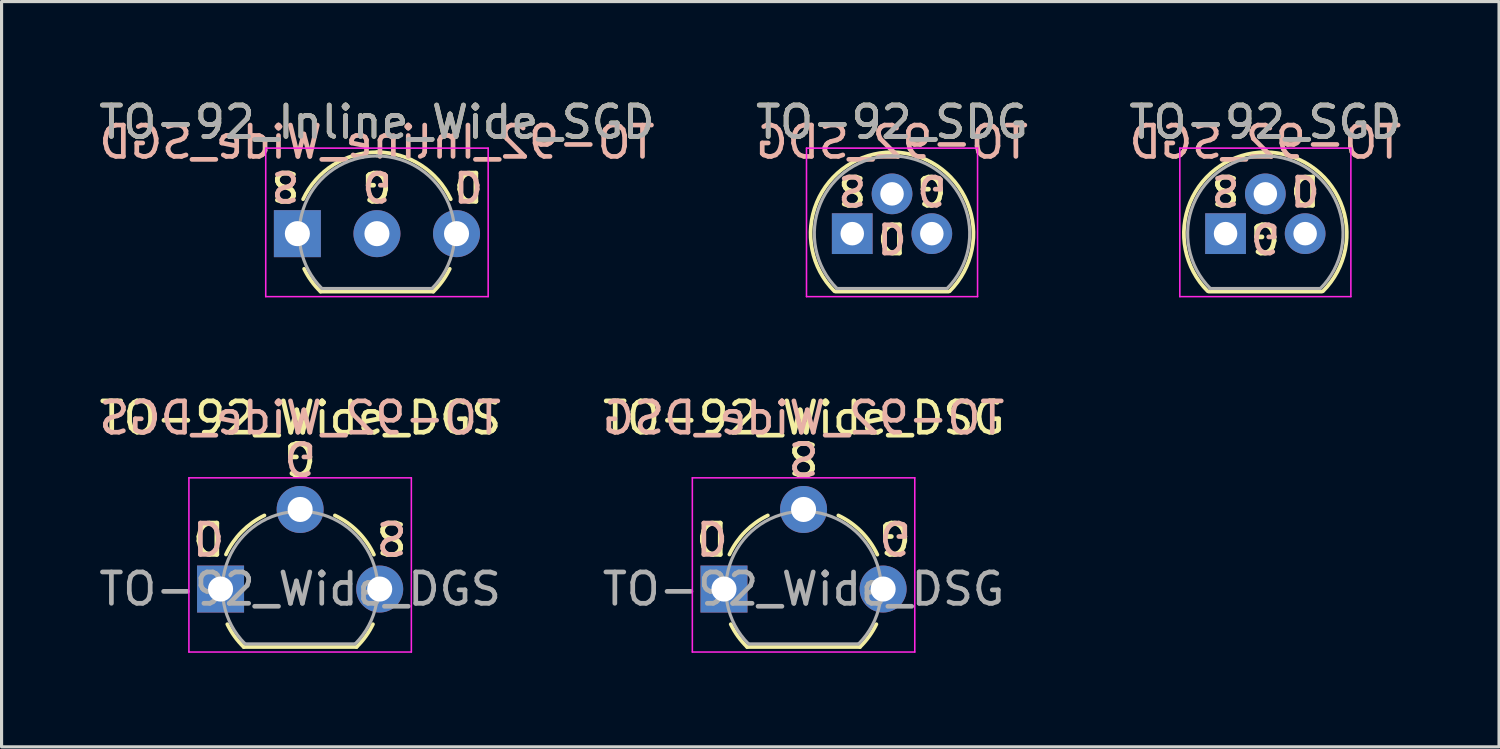
<source format=kicad_pcb>
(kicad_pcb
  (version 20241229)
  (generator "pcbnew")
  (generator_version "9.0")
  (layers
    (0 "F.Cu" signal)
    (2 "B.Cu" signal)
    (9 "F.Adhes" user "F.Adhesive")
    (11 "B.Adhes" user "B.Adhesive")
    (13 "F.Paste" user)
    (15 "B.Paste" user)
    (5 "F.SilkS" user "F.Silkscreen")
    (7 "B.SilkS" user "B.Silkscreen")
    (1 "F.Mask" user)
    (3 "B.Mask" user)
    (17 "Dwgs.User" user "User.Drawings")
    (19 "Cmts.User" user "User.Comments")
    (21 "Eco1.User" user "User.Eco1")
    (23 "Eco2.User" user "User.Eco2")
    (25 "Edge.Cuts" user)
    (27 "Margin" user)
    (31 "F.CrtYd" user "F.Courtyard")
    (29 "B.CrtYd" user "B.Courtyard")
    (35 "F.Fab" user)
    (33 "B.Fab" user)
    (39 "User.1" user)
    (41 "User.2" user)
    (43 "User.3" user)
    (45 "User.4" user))
  (footprint "TO-92_Inline_Wide_SGD"
    (layer "F.Cu")
    (at 6.442 4.408)
    (property "Reference" "TO-92_Inline_Wide_SGD" (at 2.54 -3.56 0) (layer "F.SilkS") (effects (font (size 1 1) (thickness 0.15))))
    (fp_line (start 0.74 1.85) (end 4.34 1.85) (stroke (width 0.12) (type solid)) (layer "F.SilkS"))
    (fp_arc (start 0.1836 -1.098807) (mid 1.143021 -2.192817) (end 2.54 -2.6) (stroke (width 0.12) (type solid)) (layer "F.SilkS"))
    (fp_arc (start 0.74 1.85) (mid 0.446097 1.509328) (end 0.215816 1.122795) (stroke (width 0.12) (type solid)) (layer "F.SilkS"))
    (fp_arc (start 2.54 -2.6) (mid 3.936979 -2.192818) (end 4.8964 -1.098807) (stroke (width 0.12) (type solid)) (layer "F.SilkS"))
    (fp_arc (start 4.864184 1.122795) (mid 4.633903 1.509328) (end 4.34 1.85) (stroke (width 0.12) (type solid)) (layer "F.SilkS"))
    (fp_line (start -1.01 -2.73) (end -1.01 2.01) (stroke (width 0.05) (type solid)) (layer "F.CrtYd"))
    (fp_line (start -1.01 -2.73) (end 6.09 -2.73) (stroke (width 0.05) (type solid)) (layer "F.CrtYd"))
    (fp_line (start 6.09 2.01) (end -1.01 2.01) (stroke (width 0.05) (type solid)) (layer "F.CrtYd"))
    (fp_line (start 6.09 2.01) (end 6.09 -2.73) (stroke (width 0.05) (type solid)) (layer "F.CrtYd"))
    (fp_line (start 0.8 1.75) (end 4.3 1.75) (stroke (width 0.1) (type solid)) (layer "F.Fab"))
    (fp_arc (start 0.786375 1.753625) (mid 0.248779 -0.949055) (end 2.54 -2.48) (stroke (width 0.1) (type solid)) (layer "F.Fab"))
    (fp_arc (start 2.54 -2.48) (mid 4.831221 -0.949055) (end 4.293625 1.753625) (stroke (width 0.1) (type solid)) (layer "F.Fab"))
    (fp_text user "G" (at 2.54 -1.524 180) (unlocked yes) (layer "F.SilkS") (effects (font (size 0.9 0.9) (thickness 0.15))))
    (fp_text user "D" (at 5.461 -1.524 180) (unlocked yes) (layer "F.SilkS") (effects (font (size 0.9 0.9) (thickness 0.15))))
    (fp_text user "S" (at -0.381 -1.524 180) (unlocked yes) (layer "F.SilkS") (effects (font (size 0.9 0.9) (thickness 0.15))))
    (fp_text user "D" (at 5.461 -1.524 180) (unlocked yes) (layer "B.SilkS") (effects (font (size 0.9 0.9) (thickness 0.15)) (justify mirror)))
    (fp_text user "${REFERENCE}" (at 2.54 -2.921 0) (layer "B.SilkS") (effects (font (size 1 1) (thickness 0.15)) (justify mirror)))
    (fp_text user "G" (at 2.54 -1.524 180) (unlocked yes) (layer "B.SilkS") (effects (font (size 0.9 0.9) (thickness 0.15)) (justify mirror)))
    (fp_text user "S" (at -0.381 -1.524 180) (unlocked yes) (layer "B.SilkS") (effects (font (size 0.9 0.9) (thickness 0.15)) (justify mirror)))
    (fp_text user "${REFERENCE}" (at 2.54 -3.56 0) (layer "F.Fab") (effects (font (size 1 1) (thickness 0.15))))
    (pad "1" thru_hole rect (at 0 0 90) (size 1.5 1.5) (drill 0.8) (layers "*.Cu" "*.Mask"))
    (pad "2" thru_hole circle (at 2.54 0 90) (size 1.5 1.5) (drill 0.8) (layers "*.Cu" "*.Mask"))
    (pad "3" thru_hole circle (at 5.08 0 90) (size 1.5 1.5) (drill 0.8) (layers "*.Cu" "*.Mask")))
  (footprint "TO-92_SDG"
    (layer "F.Cu")
    (at 24.153 4.408)
    (property "Reference" "TO-92_SDG" (at 1.27 -3.56 0) (layer "F.SilkS") (effects (font (size 1 1) (thickness 0.15))))
    (fp_line (start -0.53 1.85) (end 3.07 1.85) (stroke (width 0.12) (type solid)) (layer "F.SilkS"))
    (fp_arc (start -0.568478 1.838478) (mid -1.132087 -0.994977) (end 1.27 -2.6) (stroke (width 0.12) (type solid)) (layer "F.SilkS"))
    (fp_arc (start 1.27 -2.6) (mid 3.672087 -0.994977) (end 3.108478 1.838478) (stroke (width 0.12) (type solid)) (layer "F.SilkS"))
    (fp_line (start -1.46 -2.73) (end -1.46 2.01) (stroke (width 0.05) (type solid)) (layer "F.CrtYd"))
    (fp_line (start -1.46 -2.73) (end 4 -2.73) (stroke (width 0.05) (type solid)) (layer "F.CrtYd"))
    (fp_line (start 4 2.01) (end -1.46 2.01) (stroke (width 0.05) (type solid)) (layer "F.CrtYd"))
    (fp_line (start 4 2.01) (end 4 -2.73) (stroke (width 0.05) (type solid)) (layer "F.CrtYd"))
    (fp_line (start -0.5 1.75) (end 3 1.75) (stroke (width 0.1) (type solid)) (layer "F.Fab"))
    (fp_arc (start -0.483625 1.753625) (mid -1.021221 -0.949055) (end 1.27 -2.48) (stroke (width 0.1) (type solid)) (layer "F.Fab"))
    (fp_arc (start 1.27 -2.48) (mid 3.561221 -0.949055) (end 3.023625 1.753625) (stroke (width 0.1) (type solid)) (layer "F.Fab"))
    (fp_text user "D" (at 1.27 0.127 180) (unlocked yes) (layer "F.SilkS") (effects (font (size 0.9 0.9) (thickness 0.15))))
    (fp_text user "G" (at 2.54 -1.397 180) (unlocked yes) (layer "F.SilkS") (effects (font (size 0.9 0.9) (thickness 0.15))))
    (fp_text user "S" (at 0 -1.397 180) (unlocked yes) (layer "F.SilkS") (effects (font (size 0.9 0.9) (thickness 0.15))))
    (fp_text user "${REFERENCE}" (at 1.27 -2.921 0) (layer "B.SilkS") (effects (font (size 1 1) (thickness 0.15)) (justify mirror)))
    (fp_text user "G" (at 2.54 -1.397 180) (unlocked yes) (layer "B.SilkS") (effects (font (size 0.9 0.9) (thickness 0.15)) (justify mirror)))
    (fp_text user "D" (at 1.27 0.127 180) (unlocked yes) (layer "B.SilkS") (effects (font (size 0.9 0.9) (thickness 0.15)) (justify mirror)))
    (fp_text user "S" (at 0 -1.397 180) (unlocked yes) (layer "B.SilkS") (effects (font (size 0.9 0.9) (thickness 0.15)) (justify mirror)))
    (fp_text user "${REFERENCE}" (at 1.27 -3.56 0) (layer "F.Fab") (effects (font (size 1 1) (thickness 0.15))))
    (pad "1" thru_hole rect (at 0 0 90) (size 1.3 1.3) (drill 0.75) (layers "*.Cu" "*.Mask"))
    (pad "2" thru_hole circle (at 1.27 -1.27 90) (size 1.3 1.3) (drill 0.75) (layers "*.Cu" "*.Mask"))
    (pad "3" thru_hole circle (at 2.54 0 90) (size 1.3 1.3) (drill 0.75) (layers "*.Cu" "*.Mask")))
  (footprint "TO-92_Wide_DSG"
    (layer "F.Cu")
    (at 20.059 15.752)
    (property "Reference" "TO-92_Wide_DSG" (at 2.55 -5.461 0) (layer "F.SilkS") (effects (font (size 1 1) (thickness 0.15))))
    (fp_line (start 0.74 1.85) (end 4.34 1.85) (stroke (width 0.12) (type solid)) (layer "F.SilkS"))
    (fp_arc (start 0.172801 -1.103842) (mid 0.678995 -1.832692) (end 1.4 -2.35) (stroke (width 0.12) (type solid)) (layer "F.SilkS"))
    (fp_arc (start 0.74 1.85) (mid 0.446097 1.509328) (end 0.215816 1.122795) (stroke (width 0.12) (type solid)) (layer "F.SilkS"))
    (fp_arc (start 3.65 -2.35) (mid 4.382279 -1.833196) (end 4.895458 -1.098371) (stroke (width 0.12) (type solid)) (layer "F.SilkS"))
    (fp_arc (start 4.864184 1.122795) (mid 4.633903 1.509328) (end 4.34 1.85) (stroke (width 0.12) (type solid)) (layer "F.SilkS"))
    (fp_line (start -1.01 -3.55) (end -1.01 2.01) (stroke (width 0.05) (type solid)) (layer "F.CrtYd"))
    (fp_line (start -1.01 -3.55) (end 6.09 -3.55) (stroke (width 0.05) (type solid)) (layer "F.CrtYd"))
    (fp_line (start 6.09 2.01) (end -1.01 2.01) (stroke (width 0.05) (type solid)) (layer "F.CrtYd"))
    (fp_line (start 6.09 2.01) (end 6.09 -3.55) (stroke (width 0.05) (type solid)) (layer "F.CrtYd"))
    (fp_line (start 0.8 1.75) (end 4.3 1.75) (stroke (width 0.1) (type solid)) (layer "F.Fab"))
    (fp_arc (start 0.786375 1.753625) (mid 0.248779 -0.949055) (end 2.54 -2.48) (stroke (width 0.1) (type solid)) (layer "F.Fab"))
    (fp_arc (start 2.54 -2.48) (mid 4.831221 -0.949055) (end 4.293625 1.753625) (stroke (width 0.1) (type solid)) (layer "F.Fab"))
    (fp_text user "G" (at 5.461 -1.651 180) (unlocked yes) (layer "F.SilkS") (effects (font (size 1 1) (thickness 0.15))))
    (fp_text user "S" (at 2.54 -4.191 180) (unlocked yes) (layer "F.SilkS") (effects (font (size 1 1) (thickness 0.15))))
    (fp_text user "D" (at -0.381 -1.651 180) (unlocked yes) (layer "F.SilkS") (effects (font (size 1 1) (thickness 0.15))))
    (fp_text user "D" (at -0.381 -1.651 180) (unlocked yes) (layer "B.SilkS") (effects (font (size 1 1) (thickness 0.15)) (justify mirror)))
    (fp_text user "${REFERENCE}" (at 2.54 -5.461 0) (layer "B.SilkS") (effects (font (size 1 1) (thickness 0.15)) (justify mirror)))
    (fp_text user "G" (at 5.461 -1.651 180) (unlocked yes) (layer "B.SilkS") (effects (font (size 1 1) (thickness 0.15)) (justify mirror)))
    (fp_text user "S" (at 2.54 -4.191 180) (unlocked yes) (layer "B.SilkS") (effects (font (size 1 1) (thickness 0.15)) (justify mirror)))
    (fp_text user "${REFERENCE}" (at 2.54 0 0) (layer "F.Fab") (effects (font (size 1 1) (thickness 0.15))))
    (pad "1" thru_hole rect (at 0 0 90) (size 1.5 1.5) (drill 0.8) (layers "*.Cu" "*.Mask"))
    (pad "2" thru_hole circle (at 2.54 -2.54 90) (size 1.5 1.5) (drill 0.8) (layers "*.Cu" "*.Mask"))
    (pad "3" thru_hole circle (at 5.08 0 90) (size 1.5 1.5) (drill 0.8) (layers "*.Cu" "*.Mask")))
  (footprint "TO-92_Wide_DGS"
    (layer "F.Cu")
    (at 3.99 15.752)
    (property "Reference" "TO-92_Wide_DGS" (at 2.55 -5.461 0) (layer "F.SilkS") (effects (font (size 1 1) (thickness 0.15))))
    (fp_line (start 0.74 1.85) (end 4.34 1.85) (stroke (width 0.12) (type solid)) (layer "F.SilkS"))
    (fp_arc (start 0.172801 -1.103842) (mid 0.678995 -1.832692) (end 1.4 -2.35) (stroke (width 0.12) (type solid)) (layer "F.SilkS"))
    (fp_arc (start 0.74 1.85) (mid 0.446097 1.509328) (end 0.215816 1.122795) (stroke (width 0.12) (type solid)) (layer "F.SilkS"))
    (fp_arc (start 3.65 -2.35) (mid 4.382279 -1.833196) (end 4.895458 -1.098371) (stroke (width 0.12) (type solid)) (layer "F.SilkS"))
    (fp_arc (start 4.864184 1.122795) (mid 4.633903 1.509328) (end 4.34 1.85) (stroke (width 0.12) (type solid)) (layer "F.SilkS"))
    (fp_line (start -1.01 -3.55) (end -1.01 2.01) (stroke (width 0.05) (type solid)) (layer "F.CrtYd"))
    (fp_line (start -1.01 -3.55) (end 6.09 -3.55) (stroke (width 0.05) (type solid)) (layer "F.CrtYd"))
    (fp_line (start 6.09 2.01) (end -1.01 2.01) (stroke (width 0.05) (type solid)) (layer "F.CrtYd"))
    (fp_line (start 6.09 2.01) (end 6.09 -3.55) (stroke (width 0.05) (type solid)) (layer "F.CrtYd"))
    (fp_line (start 0.8 1.75) (end 4.3 1.75) (stroke (width 0.1) (type solid)) (layer "F.Fab"))
    (fp_arc (start 0.786375 1.753625) (mid 0.248779 -0.949055) (end 2.54 -2.48) (stroke (width 0.1) (type solid)) (layer "F.Fab"))
    (fp_arc (start 2.54 -2.48) (mid 4.831221 -0.949055) (end 4.293625 1.753625) (stroke (width 0.1) (type solid)) (layer "F.Fab"))
    (fp_text user "D" (at -0.381 -1.651 180) (unlocked yes) (layer "F.SilkS") (effects (font (size 1 1) (thickness 0.15))))
    (fp_text user "G" (at 2.54 -4.191 180) (unlocked yes) (layer "F.SilkS") (effects (font (size 1 1) (thickness 0.15))))
    (fp_text user "S" (at 5.461 -1.651 180) (unlocked yes) (layer "F.SilkS") (effects (font (size 1 1) (thickness 0.15))))
    (fp_text user "${REFERENCE}" (at 2.54 -5.461 0) (layer "B.SilkS") (effects (font (size 1 1) (thickness 0.15)) (justify mirror)))
    (fp_text user "G" (at 2.54 -4.191 180) (unlocked yes) (layer "B.SilkS") (effects (font (size 1 1) (thickness 0.15)) (justify mirror)))
    (fp_text user "D" (at -0.381 -1.651 180) (unlocked yes) (layer "B.SilkS") (effects (font (size 1 1) (thickness 0.15)) (justify mirror)))
    (fp_text user "S" (at 5.461 -1.651 180) (unlocked yes) (layer "B.SilkS") (effects (font (size 1 1) (thickness 0.15)) (justify mirror)))
    (fp_text user "${REFERENCE}" (at 2.54 0 0) (layer "F.Fab") (effects (font (size 1 1) (thickness 0.15))))
    (pad "1" thru_hole rect (at 0 0 90) (size 1.5 1.5) (drill 0.8) (layers "*.Cu" "*.Mask"))
    (pad "2" thru_hole circle (at 2.54 -2.54 90) (size 1.5 1.5) (drill 0.8) (layers "*.Cu" "*.Mask"))
    (pad "3" thru_hole circle (at 5.08 0 90) (size 1.5 1.5) (drill 0.8) (layers "*.Cu" "*.Mask")))
  (footprint "TO-92_SGD"
    (layer "F.Cu")
    (at 36.069 4.408)
    (property "Reference" "TO-92_SGD" (at 1.27 -3.56 0) (layer "F.SilkS") (effects (font (size 1 1) (thickness 0.15))))
    (fp_line (start -0.53 1.85) (end 3.07 1.85) (stroke (width 0.12) (type solid)) (layer "F.SilkS"))
    (fp_arc (start -0.568478 1.838478) (mid -1.132087 -0.994977) (end 1.27 -2.6) (stroke (width 0.12) (type solid)) (layer "F.SilkS"))
    (fp_arc (start 1.27 -2.6) (mid 3.672087 -0.994977) (end 3.108478 1.838478) (stroke (width 0.12) (type solid)) (layer "F.SilkS"))
    (fp_line (start -1.46 -2.73) (end -1.46 2.01) (stroke (width 0.05) (type solid)) (layer "F.CrtYd"))
    (fp_line (start -1.46 -2.73) (end 4 -2.73) (stroke (width 0.05) (type solid)) (layer "F.CrtYd"))
    (fp_line (start 4 2.01) (end -1.46 2.01) (stroke (width 0.05) (type solid)) (layer "F.CrtYd"))
    (fp_line (start 4 2.01) (end 4 -2.73) (stroke (width 0.05) (type solid)) (layer "F.CrtYd"))
    (fp_line (start -0.5 1.75) (end 3 1.75) (stroke (width 0.1) (type solid)) (layer "F.Fab"))
    (fp_arc (start -0.483625 1.753625) (mid -1.021221 -0.949055) (end 1.27 -2.48) (stroke (width 0.1) (type solid)) (layer "F.Fab"))
    (fp_arc (start 1.27 -2.48) (mid 3.561221 -0.949055) (end 3.023625 1.753625) (stroke (width 0.1) (type solid)) (layer "F.Fab"))
    (fp_text user "G" (at 1.27 0.127 180) (unlocked yes) (layer "F.SilkS") (effects (font (size 0.9 0.9) (thickness 0.15))))
    (fp_text user "S" (at 0 -1.397 180) (unlocked yes) (layer "F.SilkS") (effects (font (size 0.9 0.9) (thickness 0.15))))
    (fp_text user "D" (at 2.54 -1.397 180) (unlocked yes) (layer "F.SilkS") (effects (font (size 0.9 0.9) (thickness 0.15))))
    (fp_text user "G" (at 1.27 0.127 180) (unlocked yes) (layer "B.SilkS") (effects (font (size 0.9 0.9) (thickness 0.15)) (justify mirror)))
    (fp_text user "D" (at 2.54 -1.397 180) (unlocked yes) (layer "B.SilkS") (effects (font (size 0.9 0.9) (thickness 0.15)) (justify mirror)))
    (fp_text user "${REFERENCE}" (at 1.27 -2.921 0) (layer "B.SilkS") (effects (font (size 1 1) (thickness 0.15)) (justify mirror)))
    (fp_text user "S" (at 0 -1.397 180) (unlocked yes) (layer "B.SilkS") (effects (font (size 0.9 0.9) (thickness 0.15)) (justify mirror)))
    (fp_text user "${REFERENCE}" (at 1.27 -3.56 0) (layer "F.Fab") (effects (font (size 1 1) (thickness 0.15))))
    (pad "1" thru_hole rect (at 0 0 90) (size 1.3 1.3) (drill 0.75) (layers "*.Cu" "*.Mask"))
    (pad "2" thru_hole circle (at 1.27 -1.27 90) (size 1.3 1.3) (drill 0.75) (layers "*.Cu" "*.Mask"))
    (pad "3" thru_hole circle (at 2.54 0 90) (size 1.3 1.3) (drill 0.75) (layers "*.Cu" "*.Mask")))
  (gr_rect
    (start -3 -3)
    (end 44.798 20.788)
    (stroke (width 0.1) (type default))
    (fill no)
    (layer "Edge.Cuts")))
</source>
